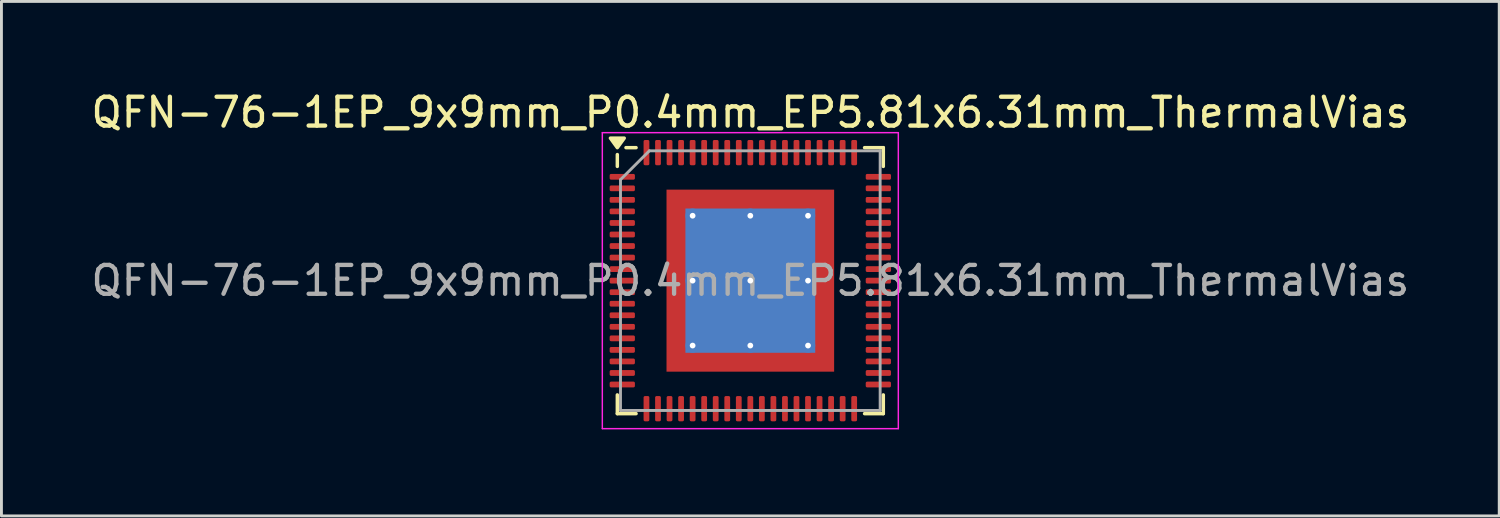
<source format=kicad_pcb>
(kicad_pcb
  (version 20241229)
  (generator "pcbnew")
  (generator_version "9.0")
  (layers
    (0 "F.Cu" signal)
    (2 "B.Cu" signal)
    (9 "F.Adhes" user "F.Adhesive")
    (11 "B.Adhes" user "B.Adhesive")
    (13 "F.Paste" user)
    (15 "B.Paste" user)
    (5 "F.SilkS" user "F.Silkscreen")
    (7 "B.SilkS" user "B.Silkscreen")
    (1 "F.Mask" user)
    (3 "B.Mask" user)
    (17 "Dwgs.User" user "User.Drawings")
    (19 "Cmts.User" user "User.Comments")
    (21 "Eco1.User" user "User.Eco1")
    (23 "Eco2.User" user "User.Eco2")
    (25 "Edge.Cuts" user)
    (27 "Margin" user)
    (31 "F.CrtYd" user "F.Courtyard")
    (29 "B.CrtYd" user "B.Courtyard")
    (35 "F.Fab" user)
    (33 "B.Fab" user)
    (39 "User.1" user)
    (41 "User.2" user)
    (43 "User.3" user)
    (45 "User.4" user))
  (footprint "QFN-76-1EP_9x9mm_P0.4mm_EP5.81x6.31mm_ThermalVias"
    (layer "F.Cu")
    (at 22.958 6.678)
    (property "Reference" "QFN-76-1EP_9x9mm_P0.4mm_EP5.81x6.31mm_ThermalVias" (at 0 -5.83 0) (layer "F.SilkS") (effects (font (size 1 1) (thickness 0.15))))
    (attr smd)
    (fp_line (start -4.61 -3.96) (end -4.61 -4.37) (stroke (width 0.12) (type solid)) (layer "F.SilkS"))
    (fp_line (start -4.61 4.61) (end -4.61 3.96) (stroke (width 0.12) (type solid)) (layer "F.SilkS"))
    (fp_line (start -3.96 -4.61) (end -4.31 -4.61) (stroke (width 0.12) (type solid)) (layer "F.SilkS"))
    (fp_line (start -3.96 4.61) (end -4.61 4.61) (stroke (width 0.12) (type solid)) (layer "F.SilkS"))
    (fp_line (start 3.96 -4.61) (end 4.61 -4.61) (stroke (width 0.12) (type solid)) (layer "F.SilkS"))
    (fp_line (start 3.96 4.61) (end 4.61 4.61) (stroke (width 0.12) (type solid)) (layer "F.SilkS"))
    (fp_line (start 4.61 -4.61) (end 4.61 -3.96) (stroke (width 0.12) (type solid)) (layer "F.SilkS"))
    (fp_line (start 4.61 4.61) (end 4.61 3.96) (stroke (width 0.12) (type solid)) (layer "F.SilkS"))
    (fp_poly (pts (xy -4.61 -4.61) (xy -4.85 -4.94) (xy -4.37 -4.94) (xy -4.61 -4.61)) (stroke (width 0.12) (type solid)) (fill yes) (layer "F.SilkS"))
    (fp_line (start -5.13 -5.13) (end -5.13 5.13) (stroke (width 0.05) (type solid)) (layer "F.CrtYd"))
    (fp_line (start -5.13 5.13) (end 5.13 5.13) (stroke (width 0.05) (type solid)) (layer "F.CrtYd"))
    (fp_line (start 5.13 -5.13) (end -5.13 -5.13) (stroke (width 0.05) (type solid)) (layer "F.CrtYd"))
    (fp_line (start 5.13 5.13) (end 5.13 -5.13) (stroke (width 0.05) (type solid)) (layer "F.CrtYd"))
    (fp_line (start -4.5 -3.5) (end -3.5 -4.5) (stroke (width 0.1) (type solid)) (layer "F.Fab"))
    (fp_line (start -4.5 4.5) (end -4.5 -3.5) (stroke (width 0.1) (type solid)) (layer "F.Fab"))
    (fp_line (start -3.5 -4.5) (end 4.5 -4.5) (stroke (width 0.1) (type solid)) (layer "F.Fab"))
    (fp_line (start 4.5 -4.5) (end 4.5 4.5) (stroke (width 0.1) (type solid)) (layer "F.Fab"))
    (fp_line (start 4.5 4.5) (end -4.5 4.5) (stroke (width 0.1) (type solid)) (layer "F.Fab"))
    (fp_text user "${REFERENCE}" (at 0 0 0) (layer "F.Fab") (effects (font (size 1 1) (thickness 0.15))))
    (pad "" smd custom (at -2.453 -2.703) (size 0.654 0.654) (layers "F.Paste") (options (anchor circle)) (primitives (gr_poly (pts (xy -0.289 -0.289) (xy 0.289 -0.289) (xy 0.289 0.226) (xy 0.226 0.289) (xy -0.289 0.289)) (width 0.152) (fill yes))))
    (pad "" smd roundrect (at -2.453 -1.125) (size 0.73 1.814) (layers "F.Paste") (roundrect_rratio 0.25))
    (pad "" smd roundrect (at -2.453 1.125) (size 0.73 1.814) (layers "F.Paste") (roundrect_rratio 0.25))
    (pad "" smd custom (at -2.453 2.703) (size 0.654 0.654) (layers "F.Paste") (options (anchor circle)) (primitives (gr_poly (pts (xy -0.289 -0.289) (xy 0.226 -0.289) (xy 0.289 -0.226) (xy 0.289 0.289) (xy -0.289 0.289)) (width 0.152) (fill yes))))
    (pad "" smd roundrect (at -1 -2.703) (size 1.612 0.73) (layers "F.Paste") (roundrect_rratio 0.25))
    (pad "" smd roundrect (at -1 -1.125) (size 1.612 1.814) (layers "F.Paste") (roundrect_rratio 0.155))
    (pad "" smd roundrect (at -1 1.125) (size 1.612 1.814) (layers "F.Paste") (roundrect_rratio 0.155))
    (pad "" smd roundrect (at -1 2.703) (size 1.612 0.73) (layers "F.Paste") (roundrect_rratio 0.25))
    (pad "" smd roundrect (at 1 -2.703) (size 1.612 0.73) (layers "F.Paste") (roundrect_rratio 0.25))
    (pad "" smd roundrect (at 1 -1.125) (size 1.612 1.814) (layers "F.Paste") (roundrect_rratio 0.155))
    (pad "" smd roundrect (at 1 1.125) (size 1.612 1.814) (layers "F.Paste") (roundrect_rratio 0.155))
    (pad "" smd roundrect (at 1 2.703) (size 1.612 0.73) (layers "F.Paste") (roundrect_rratio 0.25))
    (pad "" smd custom (at 2.453 -2.703) (size 0.654 0.654) (layers "F.Paste") (options (anchor circle)) (primitives (gr_poly (pts (xy -0.289 -0.289) (xy 0.289 -0.289) (xy 0.289 0.289) (xy -0.226 0.289) (xy -0.289 0.226)) (width 0.152) (fill yes))))
    (pad "" smd roundrect (at 2.453 -1.125) (size 0.73 1.814) (layers "F.Paste") (roundrect_rratio 0.25))
    (pad "" smd roundrect (at 2.453 1.125) (size 0.73 1.814) (layers "F.Paste") (roundrect_rratio 0.25))
    (pad "" smd custom (at 2.453 2.703) (size 0.654 0.654) (layers "F.Paste") (options (anchor circle)) (primitives (gr_poly (pts (xy -0.289 -0.226) (xy -0.226 -0.289) (xy 0.289 -0.289) (xy 0.289 0.289) (xy -0.289 0.289)) (width 0.152) (fill yes))))
    (pad "1" smd roundrect (at -4.438 -3.6) (size 0.875 0.2) (layers "F.Cu" "F.Mask" "F.Paste") (roundrect_rratio 0.25))
    (pad "2" smd roundrect (at -4.438 -3.2) (size 0.875 0.2) (layers "F.Cu" "F.Mask" "F.Paste") (roundrect_rratio 0.25))
    (pad "3" smd roundrect (at -4.438 -2.8) (size 0.875 0.2) (layers "F.Cu" "F.Mask" "F.Paste") (roundrect_rratio 0.25))
    (pad "4" smd roundrect (at -4.438 -2.4) (size 0.875 0.2) (layers "F.Cu" "F.Mask" "F.Paste") (roundrect_rratio 0.25))
    (pad "5" smd roundrect (at -4.438 -2) (size 0.875 0.2) (layers "F.Cu" "F.Mask" "F.Paste") (roundrect_rratio 0.25))
    (pad "6" smd roundrect (at -4.438 -1.6) (size 0.875 0.2) (layers "F.Cu" "F.Mask" "F.Paste") (roundrect_rratio 0.25))
    (pad "7" smd roundrect (at -4.438 -1.2) (size 0.875 0.2) (layers "F.Cu" "F.Mask" "F.Paste") (roundrect_rratio 0.25))
    (pad "8" smd roundrect (at -4.438 -0.8) (size 0.875 0.2) (layers "F.Cu" "F.Mask" "F.Paste") (roundrect_rratio 0.25))
    (pad "9" smd roundrect (at -4.438 -0.4) (size 0.875 0.2) (layers "F.Cu" "F.Mask" "F.Paste") (roundrect_rratio 0.25))
    (pad "10" smd roundrect (at -4.438 0) (size 0.875 0.2) (layers "F.Cu" "F.Mask" "F.Paste") (roundrect_rratio 0.25))
    (pad "11" smd roundrect (at -4.438 0.4) (size 0.875 0.2) (layers "F.Cu" "F.Mask" "F.Paste") (roundrect_rratio 0.25))
    (pad "12" smd roundrect (at -4.438 0.8) (size 0.875 0.2) (layers "F.Cu" "F.Mask" "F.Paste") (roundrect_rratio 0.25))
    (pad "13" smd roundrect (at -4.438 1.2) (size 0.875 0.2) (layers "F.Cu" "F.Mask" "F.Paste") (roundrect_rratio 0.25))
    (pad "14" smd roundrect (at -4.438 1.6) (size 0.875 0.2) (layers "F.Cu" "F.Mask" "F.Paste") (roundrect_rratio 0.25))
    (pad "15" smd roundrect (at -4.438 2) (size 0.875 0.2) (layers "F.Cu" "F.Mask" "F.Paste") (roundrect_rratio 0.25))
    (pad "16" smd roundrect (at -4.438 2.4) (size 0.875 0.2) (layers "F.Cu" "F.Mask" "F.Paste") (roundrect_rratio 0.25))
    (pad "17" smd roundrect (at -4.438 2.8) (size 0.875 0.2) (layers "F.Cu" "F.Mask" "F.Paste") (roundrect_rratio 0.25))
    (pad "18" smd roundrect (at -4.438 3.2) (size 0.875 0.2) (layers "F.Cu" "F.Mask" "F.Paste") (roundrect_rratio 0.25))
    (pad "19" smd roundrect (at -4.438 3.6) (size 0.875 0.2) (layers "F.Cu" "F.Mask" "F.Paste") (roundrect_rratio 0.25))
    (pad "20" smd roundrect (at -3.6 4.438) (size 0.2 0.875) (layers "F.Cu" "F.Mask" "F.Paste") (roundrect_rratio 0.25))
    (pad "21" smd roundrect (at -3.2 4.438) (size 0.2 0.875) (layers "F.Cu" "F.Mask" "F.Paste") (roundrect_rratio 0.25))
    (pad "22" smd roundrect (at -2.8 4.438) (size 0.2 0.875) (layers "F.Cu" "F.Mask" "F.Paste") (roundrect_rratio 0.25))
    (pad "23" smd roundrect (at -2.4 4.438) (size 0.2 0.875) (layers "F.Cu" "F.Mask" "F.Paste") (roundrect_rratio 0.25))
    (pad "24" smd roundrect (at -2 4.438) (size 0.2 0.875) (layers "F.Cu" "F.Mask" "F.Paste") (roundrect_rratio 0.25))
    (pad "25" smd roundrect (at -1.6 4.438) (size 0.2 0.875) (layers "F.Cu" "F.Mask" "F.Paste") (roundrect_rratio 0.25))
    (pad "26" smd roundrect (at -1.2 4.438) (size 0.2 0.875) (layers "F.Cu" "F.Mask" "F.Paste") (roundrect_rratio 0.25))
    (pad "27" smd roundrect (at -0.8 4.438) (size 0.2 0.875) (layers "F.Cu" "F.Mask" "F.Paste") (roundrect_rratio 0.25))
    (pad "28" smd roundrect (at -0.4 4.438) (size 0.2 0.875) (layers "F.Cu" "F.Mask" "F.Paste") (roundrect_rratio 0.25))
    (pad "29" smd roundrect (at 0 4.438) (size 0.2 0.875) (layers "F.Cu" "F.Mask" "F.Paste") (roundrect_rratio 0.25))
    (pad "30" smd roundrect (at 0.4 4.438) (size 0.2 0.875) (layers "F.Cu" "F.Mask" "F.Paste") (roundrect_rratio 0.25))
    (pad "31" smd roundrect (at 0.8 4.438) (size 0.2 0.875) (layers "F.Cu" "F.Mask" "F.Paste") (roundrect_rratio 0.25))
    (pad "32" smd roundrect (at 1.2 4.438) (size 0.2 0.875) (layers "F.Cu" "F.Mask" "F.Paste") (roundrect_rratio 0.25))
    (pad "33" smd roundrect (at 1.6 4.438) (size 0.2 0.875) (layers "F.Cu" "F.Mask" "F.Paste") (roundrect_rratio 0.25))
    (pad "34" smd roundrect (at 2 4.438) (size 0.2 0.875) (layers "F.Cu" "F.Mask" "F.Paste") (roundrect_rratio 0.25))
    (pad "35" smd roundrect (at 2.4 4.438) (size 0.2 0.875) (layers "F.Cu" "F.Mask" "F.Paste") (roundrect_rratio 0.25))
    (pad "36" smd roundrect (at 2.8 4.438) (size 0.2 0.875) (layers "F.Cu" "F.Mask" "F.Paste") (roundrect_rratio 0.25))
    (pad "37" smd roundrect (at 3.2 4.438) (size 0.2 0.875) (layers "F.Cu" "F.Mask" "F.Paste") (roundrect_rratio 0.25))
    (pad "38" smd roundrect (at 3.6 4.438) (size 0.2 0.875) (layers "F.Cu" "F.Mask" "F.Paste") (roundrect_rratio 0.25))
    (pad "39" smd roundrect (at 4.438 3.6) (size 0.875 0.2) (layers "F.Cu" "F.Mask" "F.Paste") (roundrect_rratio 0.25))
    (pad "40" smd roundrect (at 4.438 3.2) (size 0.875 0.2) (layers "F.Cu" "F.Mask" "F.Paste") (roundrect_rratio 0.25))
    (pad "41" smd roundrect (at 4.438 2.8) (size 0.875 0.2) (layers "F.Cu" "F.Mask" "F.Paste") (roundrect_rratio 0.25))
    (pad "42" smd roundrect (at 4.438 2.4) (size 0.875 0.2) (layers "F.Cu" "F.Mask" "F.Paste") (roundrect_rratio 0.25))
    (pad "43" smd roundrect (at 4.438 2) (size 0.875 0.2) (layers "F.Cu" "F.Mask" "F.Paste") (roundrect_rratio 0.25))
    (pad "44" smd roundrect (at 4.438 1.6) (size 0.875 0.2) (layers "F.Cu" "F.Mask" "F.Paste") (roundrect_rratio 0.25))
    (pad "45" smd roundrect (at 4.438 1.2) (size 0.875 0.2) (layers "F.Cu" "F.Mask" "F.Paste") (roundrect_rratio 0.25))
    (pad "46" smd roundrect (at 4.438 0.8) (size 0.875 0.2) (layers "F.Cu" "F.Mask" "F.Paste") (roundrect_rratio 0.25))
    (pad "47" smd roundrect (at 4.438 0.4) (size 0.875 0.2) (layers "F.Cu" "F.Mask" "F.Paste") (roundrect_rratio 0.25))
    (pad "48" smd roundrect (at 4.438 0) (size 0.875 0.2) (layers "F.Cu" "F.Mask" "F.Paste") (roundrect_rratio 0.25))
    (pad "49" smd roundrect (at 4.438 -0.4) (size 0.875 0.2) (layers "F.Cu" "F.Mask" "F.Paste") (roundrect_rratio 0.25))
    (pad "50" smd roundrect (at 4.438 -0.8) (size 0.875 0.2) (layers "F.Cu" "F.Mask" "F.Paste") (roundrect_rratio 0.25))
    (pad "51" smd roundrect (at 4.438 -1.2) (size 0.875 0.2) (layers "F.Cu" "F.Mask" "F.Paste") (roundrect_rratio 0.25))
    (pad "52" smd roundrect (at 4.438 -1.6) (size 0.875 0.2) (layers "F.Cu" "F.Mask" "F.Paste") (roundrect_rratio 0.25))
    (pad "53" smd roundrect (at 4.438 -2) (size 0.875 0.2) (layers "F.Cu" "F.Mask" "F.Paste") (roundrect_rratio 0.25))
    (pad "54" smd roundrect (at 4.438 -2.4) (size 0.875 0.2) (layers "F.Cu" "F.Mask" "F.Paste") (roundrect_rratio 0.25))
    (pad "55" smd roundrect (at 4.438 -2.8) (size 0.875 0.2) (layers "F.Cu" "F.Mask" "F.Paste") (roundrect_rratio 0.25))
    (pad "56" smd roundrect (at 4.438 -3.2) (size 0.875 0.2) (layers "F.Cu" "F.Mask" "F.Paste") (roundrect_rratio 0.25))
    (pad "57" smd roundrect (at 4.438 -3.6) (size 0.875 0.2) (layers "F.Cu" "F.Mask" "F.Paste") (roundrect_rratio 0.25))
    (pad "58" smd roundrect (at 3.6 -4.438) (size 0.2 0.875) (layers "F.Cu" "F.Mask" "F.Paste") (roundrect_rratio 0.25))
    (pad "59" smd roundrect (at 3.2 -4.438) (size 0.2 0.875) (layers "F.Cu" "F.Mask" "F.Paste") (roundrect_rratio 0.25))
    (pad "60" smd roundrect (at 2.8 -4.438) (size 0.2 0.875) (layers "F.Cu" "F.Mask" "F.Paste") (roundrect_rratio 0.25))
    (pad "61" smd roundrect (at 2.4 -4.438) (size 0.2 0.875) (layers "F.Cu" "F.Mask" "F.Paste") (roundrect_rratio 0.25))
    (pad "62" smd roundrect (at 2 -4.438) (size 0.2 0.875) (layers "F.Cu" "F.Mask" "F.Paste") (roundrect_rratio 0.25))
    (pad "63" smd roundrect (at 1.6 -4.438) (size 0.2 0.875) (layers "F.Cu" "F.Mask" "F.Paste") (roundrect_rratio 0.25))
    (pad "64" smd roundrect (at 1.2 -4.438) (size 0.2 0.875) (layers "F.Cu" "F.Mask" "F.Paste") (roundrect_rratio 0.25))
    (pad "65" smd roundrect (at 0.8 -4.438) (size 0.2 0.875) (layers "F.Cu" "F.Mask" "F.Paste") (roundrect_rratio 0.25))
    (pad "66" smd roundrect (at 0.4 -4.438) (size 0.2 0.875) (layers "F.Cu" "F.Mask" "F.Paste") (roundrect_rratio 0.25))
    (pad "67" smd roundrect (at 0 -4.438) (size 0.2 0.875) (layers "F.Cu" "F.Mask" "F.Paste") (roundrect_rratio 0.25))
    (pad "68" smd roundrect (at -0.4 -4.438) (size 0.2 0.875) (layers "F.Cu" "F.Mask" "F.Paste") (roundrect_rratio 0.25))
    (pad "69" smd roundrect (at -0.8 -4.438) (size 0.2 0.875) (layers "F.Cu" "F.Mask" "F.Paste") (roundrect_rratio 0.25))
    (pad "70" smd roundrect (at -1.2 -4.438) (size 0.2 0.875) (layers "F.Cu" "F.Mask" "F.Paste") (roundrect_rratio 0.25))
    (pad "71" smd roundrect (at -1.6 -4.438) (size 0.2 0.875) (layers "F.Cu" "F.Mask" "F.Paste") (roundrect_rratio 0.25))
    (pad "72" smd roundrect (at -2 -4.438) (size 0.2 0.875) (layers "F.Cu" "F.Mask" "F.Paste") (roundrect_rratio 0.25))
    (pad "73" smd roundrect (at -2.4 -4.438) (size 0.2 0.875) (layers "F.Cu" "F.Mask" "F.Paste") (roundrect_rratio 0.25))
    (pad "74" smd roundrect (at -2.8 -4.438) (size 0.2 0.875) (layers "F.Cu" "F.Mask" "F.Paste") (roundrect_rratio 0.25))
    (pad "75" smd roundrect (at -3.2 -4.438) (size 0.2 0.875) (layers "F.Cu" "F.Mask" "F.Paste") (roundrect_rratio 0.25))
    (pad "76" smd roundrect (at -3.6 -4.438) (size 0.2 0.875) (layers "F.Cu" "F.Mask" "F.Paste") (roundrect_rratio 0.25))
    (pad "77" thru_hole circle (at -2 -2.25) (size 0.5 0.5) (drill 0.2) (property pad_prop_heatsink) (layers "*.Cu"))
    (pad "77" thru_hole circle (at -2 0) (size 0.5 0.5) (drill 0.2) (property pad_prop_heatsink) (layers "*.Cu"))
    (pad "77" thru_hole circle (at -2 2.25) (size 0.5 0.5) (drill 0.2) (property pad_prop_heatsink) (layers "*.Cu"))
    (pad "77" thru_hole circle (at 0 -2.25) (size 0.5 0.5) (drill 0.2) (property pad_prop_heatsink) (layers "*.Cu"))
    (pad "77" thru_hole circle (at 0 0) (size 0.5 0.5) (drill 0.2) (property pad_prop_heatsink) (layers "*.Cu"))
    (pad "77" smd rect (at 0 0) (size 4.5 5) (property pad_prop_heatsink) (layers "B.Cu"))
    (pad "77" smd rect (at 0 0) (size 5.81 6.31) (property pad_prop_heatsink) (layers "F.Cu" "F.Mask"))
    (pad "77" thru_hole circle (at 0 2.25) (size 0.5 0.5) (drill 0.2) (property pad_prop_heatsink) (layers "*.Cu"))
    (pad "77" thru_hole circle (at 2 -2.25) (size 0.5 0.5) (drill 0.2) (property pad_prop_heatsink) (layers "*.Cu"))
    (pad "77" thru_hole circle (at 2 0) (size 0.5 0.5) (drill 0.2) (property pad_prop_heatsink) (layers "*.Cu"))
    (pad "77" thru_hole circle (at 2 2.25) (size 0.5 0.5) (drill 0.2) (property pad_prop_heatsink) (layers "*.Cu")))
  (gr_rect
    (start -3 -3)
    (end 48.917 14.833)
    (stroke (width 0.1) (type default))
    (fill no)
    (layer "Edge.Cuts")))
</source>
